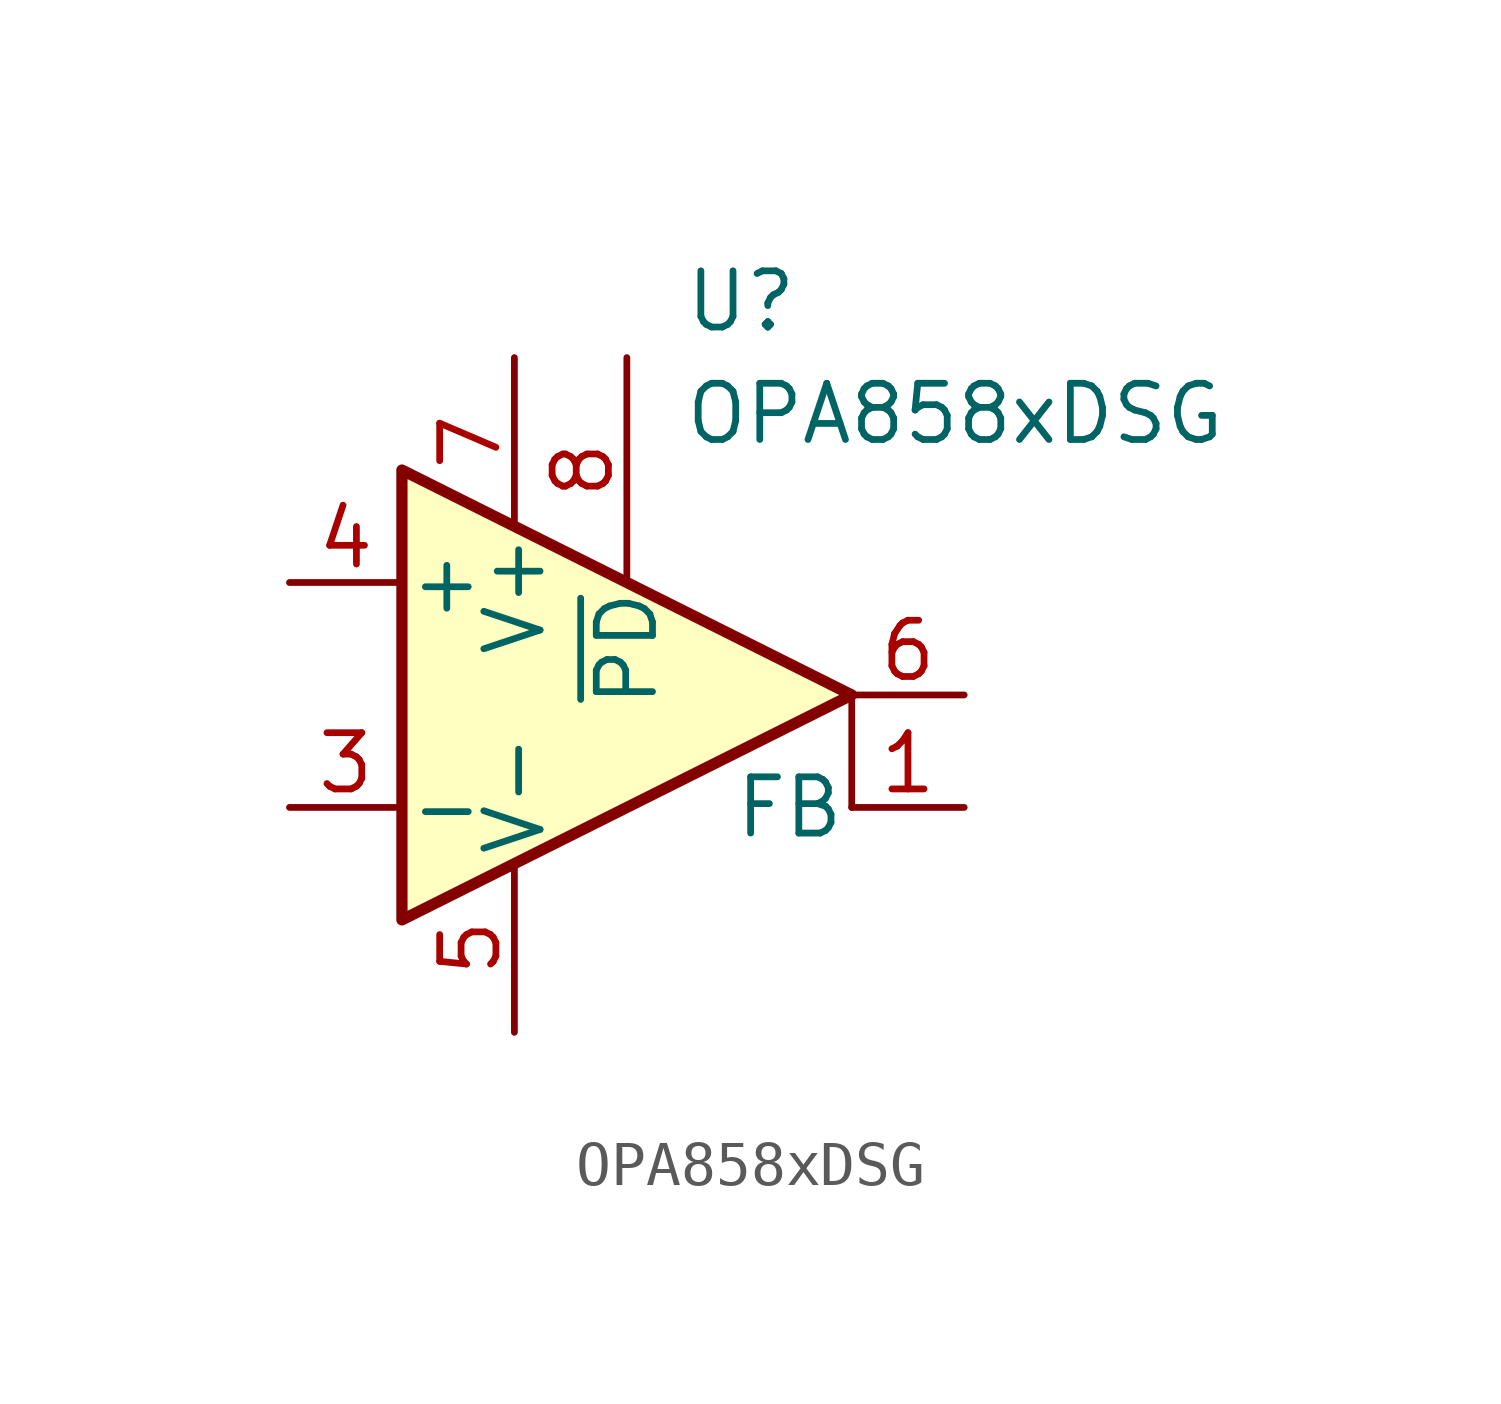
<source format=kicad_sym>
(kicad_symbol_lib
  (version 20231120)
  (generator "kicad_symbol_editor")
  (generator_version "8.0")
  (symbol "OPA858xDSG"
    (pin_names
      (offset 0.127))
    (property "Reference" "U"
      (at 1.27 8.89 0)
      (effects (font (size 1.27 1.27)) (justify left)))
    (property "Value" "OPA858xDSG"
      (at 1.27 6.35 0)
      (effects (font (size 1.27 1.27)) (justify left)))
    (symbol "OPA858xDSG_0_0"
      (pin power_in line (at -2.54 7.62 270) (length 3.81) (name "V+" (effects (font (size 1.27 1.27)))) (number "7" (effects (font (size 1.27 1.27)))))
      (pin input line (at 0 7.62 270) (length 5.08) (name "~{PD}" (effects (font (size 1.27 1.27)))) (number "8" (effects (font (size 1.27 1.27)))))
      (pin passive line (at -2.54 -7.62 90) (length 3.81) hide (name "V-" (effects (font (size 1.27 1.27)))) (number "9" (effects (font (size 1.27 1.27))))))
    (symbol "OPA858xDSG_0_1"
      (polyline (pts (xy 5.08 0) (xy 5.08 -2.54)) (stroke (width 0.152) (type default)) (fill (type none)))
      (polyline (pts (xy -5.08 5.08) (xy 5.08 0) (xy -5.08 -5.08) (xy -5.08 5.08)) (stroke (width 0.254) (type default)) (fill (type background)))
      (pin no_connect line (at -5.08 -5.08 90) (length 3.81) hide (name "NC" (effects (font (size 1.27 1.27)))) (number "2" (effects (font (size 1.27 1.27)))))
      (pin output line (at 7.62 0 180) (length 2.54) (name "~" (effects (font (size 1.27 1.27)))) (number "6" (effects (font (size 1.27 1.27))))))
    (symbol "OPA858xDSG_1_1"
      (pin output line (at 7.62 -2.54 180) (length 2.54) (name "FB" (effects (font (size 1.27 1.27)))) (number "1" (effects (font (size 1.27 1.27)))))
      (pin input line (at -7.62 -2.54 0) (length 2.54) (name "-" (effects (font (size 1.27 1.27)))) (number "3" (effects (font (size 1.27 1.27)))))
      (pin input line (at -7.62 2.54 0) (length 2.54) (name "+" (effects (font (size 1.27 1.27)))) (number "4" (effects (font (size 1.27 1.27)))))
      (pin power_in line (at -2.54 -7.62 90) (length 3.81) (name "V-" (effects (font (size 1.27 1.27)))) (number "5" (effects (font (size 1.27 1.27))))))))
</source>
